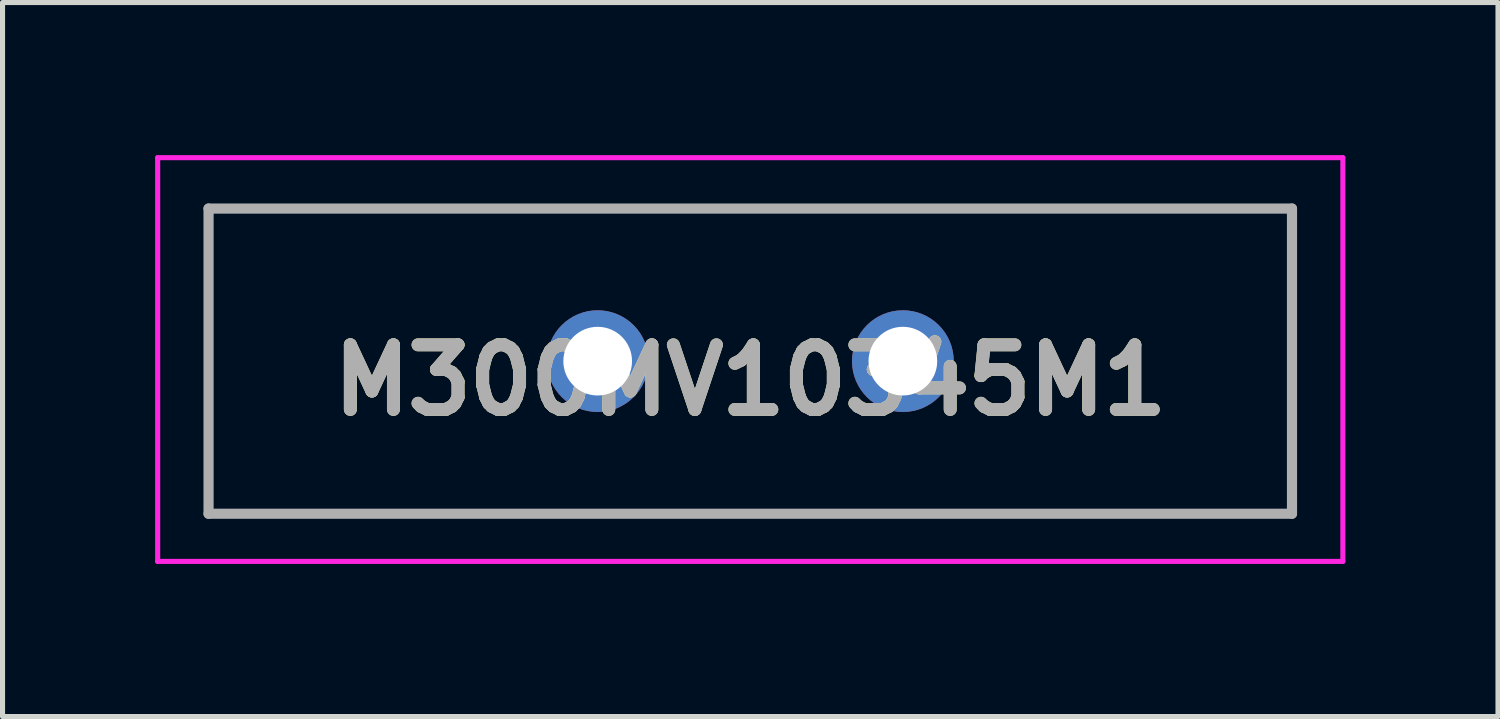
<source format=kicad_pcb>
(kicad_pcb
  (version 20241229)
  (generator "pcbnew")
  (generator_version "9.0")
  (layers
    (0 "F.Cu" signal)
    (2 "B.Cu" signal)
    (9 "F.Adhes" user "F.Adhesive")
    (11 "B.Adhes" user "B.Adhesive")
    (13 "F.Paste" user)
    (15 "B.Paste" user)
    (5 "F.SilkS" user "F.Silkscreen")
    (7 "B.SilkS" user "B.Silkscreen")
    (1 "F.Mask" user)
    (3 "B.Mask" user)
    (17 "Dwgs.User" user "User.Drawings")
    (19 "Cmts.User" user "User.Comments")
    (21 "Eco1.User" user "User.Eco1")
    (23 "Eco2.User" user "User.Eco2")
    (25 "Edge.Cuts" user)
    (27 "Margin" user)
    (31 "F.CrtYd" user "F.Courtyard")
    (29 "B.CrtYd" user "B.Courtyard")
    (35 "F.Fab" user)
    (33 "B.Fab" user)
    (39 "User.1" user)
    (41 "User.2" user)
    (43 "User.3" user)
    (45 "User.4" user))
  (footprint "M300MV10345M1"
    (layer "F.Cu")
    (at 14.7 4.05)
    (property "Reference" "M300MV10345M1" (at -3 0.375 0) (layer "F.SilkS") (effects (font (size 1.27 1.27) (thickness 0.254))))
    (attr through_hole)
    (fp_line (start -13.65 -3) (end -13.65 3) (stroke (width 0.1) (type solid)) (layer "F.SilkS"))
    (fp_line (start -13.65 3) (end 7.65 3) (stroke (width 0.1) (type solid)) (layer "F.SilkS"))
    (fp_line (start 7.65 -3) (end -13.65 -3) (stroke (width 0.1) (type solid)) (layer "F.SilkS"))
    (fp_line (start 7.65 3) (end 7.65 -3) (stroke (width 0.1) (type solid)) (layer "F.SilkS"))
    (fp_line (start -14.65 -4) (end -14.65 3.937) (stroke (width 0.1) (type solid)) (layer "F.CrtYd"))
    (fp_line (start -14.65 3.937) (end 8.65 3.937) (stroke (width 0.1) (type solid)) (layer "F.CrtYd"))
    (fp_line (start 8.65 -4) (end -14.65 -4) (stroke (width 0.1) (type solid)) (layer "F.CrtYd"))
    (fp_line (start 8.65 3.937) (end 8.65 -4) (stroke (width 0.1) (type solid)) (layer "F.CrtYd"))
    (fp_line (start -13.65 -3) (end 7.65 -3) (stroke (width 0.2) (type solid)) (layer "F.Fab"))
    (fp_line (start -13.65 3) (end -13.65 -3) (stroke (width 0.2) (type solid)) (layer "F.Fab"))
    (fp_line (start 7.65 -3) (end 7.65 3) (stroke (width 0.2) (type solid)) (layer "F.Fab"))
    (fp_line (start 7.65 3) (end -13.65 3) (stroke (width 0.2) (type solid)) (layer "F.Fab"))
    (fp_text user "${REFERENCE}" (at -3 0.375 0) (layer "F.Fab") (effects (font (size 1.27 1.27) (thickness 0.254))))
    (pad "1" thru_hole circle (at 0 0) (size 2 2) (drill 1.35) (layers "*.Cu" "*.Mask"))
    (pad "3" thru_hole circle (at -6 0) (size 2 2) (drill 1.35) (layers "*.Cu" "*.Mask")))
  (gr_rect
    (start -3 -3)
    (end 26.4 11.037)
    (stroke (width 0.1) (type default))
    (fill no)
    (layer "Edge.Cuts")))
</source>
